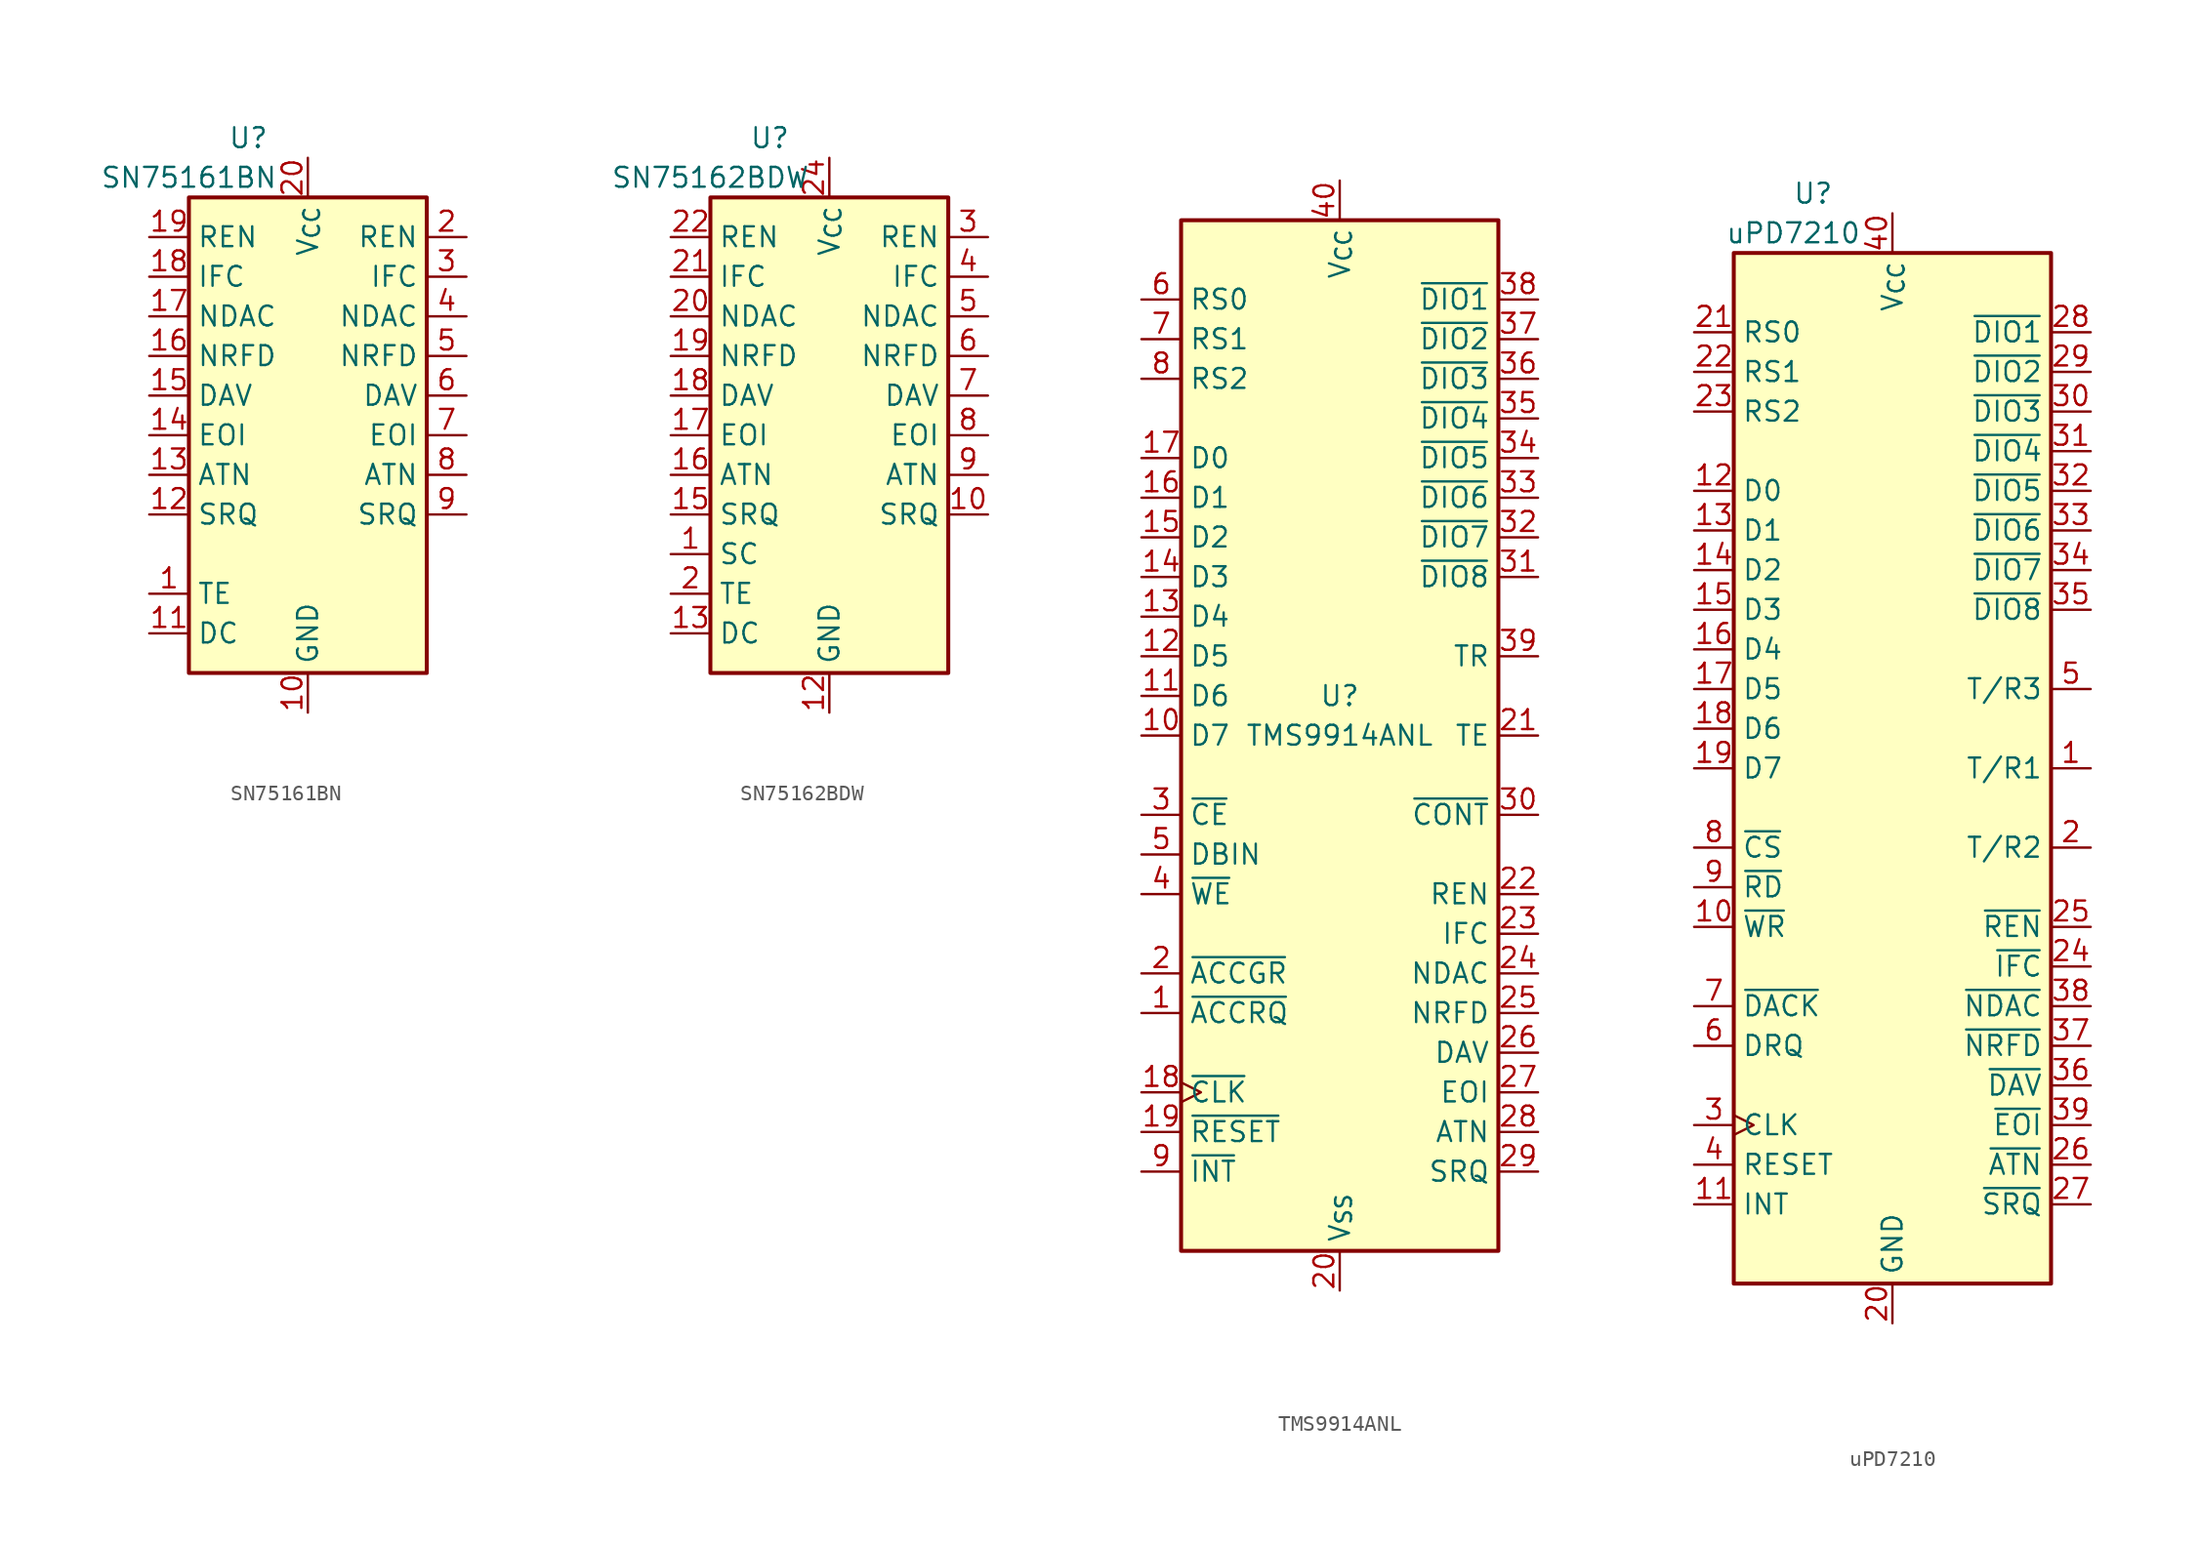
<source format=kicad_sym>
(kicad_symbol_lib
  (version 20231120)
  (generator "kicad_symbol_editor")
  (generator_version "8.0")
  (symbol "SN75161BN"
    (property "Reference" "U"
      (at -3.81 19.05 0)
      (effects (font (size 1.27 1.27))))
    (property "Value" "SN75161BN"
      (at -7.62 16.51 0)
      (effects (font (size 1.27 1.27))))
    (symbol "SN75161BN_0_1"
      (rectangle (start -7.62 15.24) (end 7.62 -15.24) (stroke (width 0.254) (type default)) (fill (type background))))
    (symbol "SN75161BN_1_1"
      (pin input line (at -10.16 -10.16 0) (length 2.54) (name "TE" (effects (font (size 1.27 1.27)))) (number "1" (effects (font (size 1.27 1.27)))))
      (pin power_in line (at 0 -17.78 90) (length 2.54) (name "GND" (effects (font (size 1.27 1.27)))) (number "10" (effects (font (size 1.27 1.27)))))
      (pin input line (at -10.16 -12.7 0) (length 2.54) (name "DC" (effects (font (size 1.27 1.27)))) (number "11" (effects (font (size 1.27 1.27)))))
      (pin bidirectional line (at -10.16 -5.08 0) (length 2.54) (name "SRQ" (effects (font (size 1.27 1.27)))) (number "12" (effects (font (size 1.27 1.27)))))
      (pin bidirectional line (at -10.16 -2.54 0) (length 2.54) (name "ATN" (effects (font (size 1.27 1.27)))) (number "13" (effects (font (size 1.27 1.27)))))
      (pin bidirectional line (at -10.16 0 0) (length 2.54) (name "EOI" (effects (font (size 1.27 1.27)))) (number "14" (effects (font (size 1.27 1.27)))))
      (pin bidirectional line (at -10.16 2.54 0) (length 2.54) (name "DAV" (effects (font (size 1.27 1.27)))) (number "15" (effects (font (size 1.27 1.27)))))
      (pin bidirectional line (at -10.16 5.08 0) (length 2.54) (name "NRFD" (effects (font (size 1.27 1.27)))) (number "16" (effects (font (size 1.27 1.27)))))
      (pin bidirectional line (at -10.16 7.62 0) (length 2.54) (name "NDAC" (effects (font (size 1.27 1.27)))) (number "17" (effects (font (size 1.27 1.27)))))
      (pin bidirectional line (at -10.16 10.16 0) (length 2.54) (name "IFC" (effects (font (size 1.27 1.27)))) (number "18" (effects (font (size 1.27 1.27)))))
      (pin bidirectional line (at -10.16 12.7 0) (length 2.54) (name "REN" (effects (font (size 1.27 1.27)))) (number "19" (effects (font (size 1.27 1.27)))))
      (pin bidirectional line (at 10.16 12.7 180) (length 2.54) (name "REN" (effects (font (size 1.27 1.27)))) (number "2" (effects (font (size 1.27 1.27)))))
      (pin power_in line (at 0 17.78 270) (length 2.54) (name "V_{CC}" (effects (font (size 1.27 1.27)))) (number "20" (effects (font (size 1.27 1.27)))))
      (pin bidirectional line (at 10.16 10.16 180) (length 2.54) (name "IFC" (effects (font (size 1.27 1.27)))) (number "3" (effects (font (size 1.27 1.27)))))
      (pin bidirectional line (at 10.16 7.62 180) (length 2.54) (name "NDAC" (effects (font (size 1.27 1.27)))) (number "4" (effects (font (size 1.27 1.27)))))
      (pin bidirectional line (at 10.16 5.08 180) (length 2.54) (name "NRFD" (effects (font (size 1.27 1.27)))) (number "5" (effects (font (size 1.27 1.27)))))
      (pin bidirectional line (at 10.16 2.54 180) (length 2.54) (name "DAV" (effects (font (size 1.27 1.27)))) (number "6" (effects (font (size 1.27 1.27)))))
      (pin bidirectional line (at 10.16 0 180) (length 2.54) (name "EOI" (effects (font (size 1.27 1.27)))) (number "7" (effects (font (size 1.27 1.27)))))
      (pin bidirectional line (at 10.16 -2.54 180) (length 2.54) (name "ATN" (effects (font (size 1.27 1.27)))) (number "8" (effects (font (size 1.27 1.27)))))
      (pin bidirectional line (at 10.16 -5.08 180) (length 2.54) (name "SRQ" (effects (font (size 1.27 1.27)))) (number "9" (effects (font (size 1.27 1.27)))))))
  (symbol "SN75162BDW"
    (property "Reference" "U"
      (at -3.81 19.05 0)
      (effects (font (size 1.27 1.27))))
    (property "Value" "SN75162BDW"
      (at -7.62 16.51 0)
      (effects (font (size 1.27 1.27))))
    (symbol "SN75162BDW_0_1"
      (rectangle (start -7.62 15.24) (end 7.62 -15.24) (stroke (width 0.254) (type default)) (fill (type background))))
    (symbol "SN75162BDW_1_1"
      (pin input line (at -10.16 -7.62 0) (length 2.54) (name "SC" (effects (font (size 1.27 1.27)))) (number "1" (effects (font (size 1.27 1.27)))))
      (pin bidirectional line (at 10.16 -5.08 180) (length 2.54) (name "SRQ" (effects (font (size 1.27 1.27)))) (number "10" (effects (font (size 1.27 1.27)))))
      (pin no_connect line (at 10.16 -7.62 180) (length 2.54) hide (name "NC" (effects (font (size 1.27 1.27)))) (number "11" (effects (font (size 1.27 1.27)))))
      (pin power_in line (at 0 -17.78 90) (length 2.54) (name "GND" (effects (font (size 1.27 1.27)))) (number "12" (effects (font (size 1.27 1.27)))))
      (pin input line (at -10.16 -12.7 0) (length 2.54) (name "DC" (effects (font (size 1.27 1.27)))) (number "13" (effects (font (size 1.27 1.27)))))
      (pin no_connect line (at 10.16 -10.16 180) (length 2.54) hide (name "NC" (effects (font (size 1.27 1.27)))) (number "14" (effects (font (size 1.27 1.27)))))
      (pin bidirectional line (at -10.16 -5.08 0) (length 2.54) (name "SRQ" (effects (font (size 1.27 1.27)))) (number "15" (effects (font (size 1.27 1.27)))))
      (pin bidirectional line (at -10.16 -2.54 0) (length 2.54) (name "ATN" (effects (font (size 1.27 1.27)))) (number "16" (effects (font (size 1.27 1.27)))))
      (pin bidirectional line (at -10.16 0 0) (length 2.54) (name "EOI" (effects (font (size 1.27 1.27)))) (number "17" (effects (font (size 1.27 1.27)))))
      (pin bidirectional line (at -10.16 2.54 0) (length 2.54) (name "DAV" (effects (font (size 1.27 1.27)))) (number "18" (effects (font (size 1.27 1.27)))))
      (pin bidirectional line (at -10.16 5.08 0) (length 2.54) (name "NRFD" (effects (font (size 1.27 1.27)))) (number "19" (effects (font (size 1.27 1.27)))))
      (pin input line (at -10.16 -10.16 0) (length 2.54) (name "TE" (effects (font (size 1.27 1.27)))) (number "2" (effects (font (size 1.27 1.27)))))
      (pin bidirectional line (at -10.16 7.62 0) (length 2.54) (name "NDAC" (effects (font (size 1.27 1.27)))) (number "20" (effects (font (size 1.27 1.27)))))
      (pin bidirectional line (at -10.16 10.16 0) (length 2.54) (name "IFC" (effects (font (size 1.27 1.27)))) (number "21" (effects (font (size 1.27 1.27)))))
      (pin bidirectional line (at -10.16 12.7 0) (length 2.54) (name "REN" (effects (font (size 1.27 1.27)))) (number "22" (effects (font (size 1.27 1.27)))))
      (pin no_connect line (at 10.16 -12.7 180) (length 2.54) hide (name "NC" (effects (font (size 1.27 1.27)))) (number "23" (effects (font (size 1.27 1.27)))))
      (pin power_in line (at 0 17.78 270) (length 2.54) (name "V_{CC}" (effects (font (size 1.27 1.27)))) (number "24" (effects (font (size 1.27 1.27)))))
      (pin bidirectional line (at 10.16 12.7 180) (length 2.54) (name "REN" (effects (font (size 1.27 1.27)))) (number "3" (effects (font (size 1.27 1.27)))))
      (pin bidirectional line (at 10.16 10.16 180) (length 2.54) (name "IFC" (effects (font (size 1.27 1.27)))) (number "4" (effects (font (size 1.27 1.27)))))
      (pin bidirectional line (at 10.16 7.62 180) (length 2.54) (name "NDAC" (effects (font (size 1.27 1.27)))) (number "5" (effects (font (size 1.27 1.27)))))
      (pin bidirectional line (at 10.16 5.08 180) (length 2.54) (name "NRFD" (effects (font (size 1.27 1.27)))) (number "6" (effects (font (size 1.27 1.27)))))
      (pin bidirectional line (at 10.16 2.54 180) (length 2.54) (name "DAV" (effects (font (size 1.27 1.27)))) (number "7" (effects (font (size 1.27 1.27)))))
      (pin bidirectional line (at 10.16 0 180) (length 2.54) (name "EOI" (effects (font (size 1.27 1.27)))) (number "8" (effects (font (size 1.27 1.27)))))
      (pin bidirectional line (at 10.16 -2.54 180) (length 2.54) (name "ATN" (effects (font (size 1.27 1.27)))) (number "9" (effects (font (size 1.27 1.27)))))))
  (symbol "TMS9914ANL"
    (property "Reference" "U"
      (at 0 2.54 0)
      (effects (font (size 1.27 1.27))))
    (property "Value" "TMS9914ANL"
      (at 0 0 0)
      (effects (font (size 1.27 1.27))))
    (symbol "TMS9914ANL_0_1"
      (rectangle (start -10.16 33.02) (end 10.16 -33.02) (stroke (width 0.254) (type default)) (fill (type background))))
    (symbol "TMS9914ANL_1_1"
      (pin output line (at -12.7 -17.78 0) (length 2.54) (name "~{ACCRQ}" (effects (font (size 1.27 1.27)))) (number "1" (effects (font (size 1.27 1.27)))))
      (pin bidirectional line (at -12.7 0 0) (length 2.54) (name "D7" (effects (font (size 1.27 1.27)))) (number "10" (effects (font (size 1.27 1.27)))))
      (pin bidirectional line (at -12.7 2.54 0) (length 2.54) (name "D6" (effects (font (size 1.27 1.27)))) (number "11" (effects (font (size 1.27 1.27)))))
      (pin bidirectional line (at -12.7 5.08 0) (length 2.54) (name "D5" (effects (font (size 1.27 1.27)))) (number "12" (effects (font (size 1.27 1.27)))))
      (pin bidirectional line (at -12.7 7.62 0) (length 2.54) (name "D4" (effects (font (size 1.27 1.27)))) (number "13" (effects (font (size 1.27 1.27)))))
      (pin bidirectional line (at -12.7 10.16 0) (length 2.54) (name "D3" (effects (font (size 1.27 1.27)))) (number "14" (effects (font (size 1.27 1.27)))))
      (pin bidirectional line (at -12.7 12.7 0) (length 2.54) (name "D2" (effects (font (size 1.27 1.27)))) (number "15" (effects (font (size 1.27 1.27)))))
      (pin bidirectional line (at -12.7 15.24 0) (length 2.54) (name "D1" (effects (font (size 1.27 1.27)))) (number "16" (effects (font (size 1.27 1.27)))))
      (pin bidirectional line (at -12.7 17.78 0) (length 2.54) (name "D0" (effects (font (size 1.27 1.27)))) (number "17" (effects (font (size 1.27 1.27)))))
      (pin input clock (at -12.7 -22.86 0) (length 2.54) (name "~{CLK}" (effects (font (size 1.27 1.27)))) (number "18" (effects (font (size 1.27 1.27)))))
      (pin input line (at -12.7 -25.4 0) (length 2.54) (name "~{RESET}" (effects (font (size 1.27 1.27)))) (number "19" (effects (font (size 1.27 1.27)))))
      (pin input line (at -12.7 -15.24 0) (length 2.54) (name "~{ACCGR}" (effects (font (size 1.27 1.27)))) (number "2" (effects (font (size 1.27 1.27)))))
      (pin power_in line (at 0 -35.56 90) (length 2.54) (name "V_{SS}" (effects (font (size 1.27 1.27)))) (number "20" (effects (font (size 1.27 1.27)))))
      (pin output line (at 12.7 0 180) (length 2.54) (name "TE" (effects (font (size 1.27 1.27)))) (number "21" (effects (font (size 1.27 1.27)))))
      (pin bidirectional line (at 12.7 -10.16 180) (length 2.54) (name "REN" (effects (font (size 1.27 1.27)))) (number "22" (effects (font (size 1.27 1.27)))))
      (pin bidirectional line (at 12.7 -12.7 180) (length 2.54) (name "IFC" (effects (font (size 1.27 1.27)))) (number "23" (effects (font (size 1.27 1.27)))))
      (pin bidirectional line (at 12.7 -15.24 180) (length 2.54) (name "NDAC" (effects (font (size 1.27 1.27)))) (number "24" (effects (font (size 1.27 1.27)))))
      (pin bidirectional line (at 12.7 -17.78 180) (length 2.54) (name "NRFD" (effects (font (size 1.27 1.27)))) (number "25" (effects (font (size 1.27 1.27)))))
      (pin bidirectional line (at 12.7 -20.32 180) (length 2.54) (name "DAV" (effects (font (size 1.27 1.27)))) (number "26" (effects (font (size 1.27 1.27)))))
      (pin bidirectional line (at 12.7 -22.86 180) (length 2.54) (name "EOI" (effects (font (size 1.27 1.27)))) (number "27" (effects (font (size 1.27 1.27)))))
      (pin bidirectional line (at 12.7 -25.4 180) (length 2.54) (name "ATN" (effects (font (size 1.27 1.27)))) (number "28" (effects (font (size 1.27 1.27)))))
      (pin bidirectional line (at 12.7 -27.94 180) (length 2.54) (name "SRQ" (effects (font (size 1.27 1.27)))) (number "29" (effects (font (size 1.27 1.27)))))
      (pin input line (at -12.7 -5.08 0) (length 2.54) (name "~{CE}" (effects (font (size 1.27 1.27)))) (number "3" (effects (font (size 1.27 1.27)))))
      (pin output line (at 12.7 -5.08 180) (length 2.54) (name "~{CONT}" (effects (font (size 1.27 1.27)))) (number "30" (effects (font (size 1.27 1.27)))))
      (pin bidirectional line (at 12.7 10.16 180) (length 2.54) (name "~{DIO8}" (effects (font (size 1.27 1.27)))) (number "31" (effects (font (size 1.27 1.27)))))
      (pin bidirectional line (at 12.7 12.7 180) (length 2.54) (name "~{DIO7}" (effects (font (size 1.27 1.27)))) (number "32" (effects (font (size 1.27 1.27)))))
      (pin bidirectional line (at 12.7 15.24 180) (length 2.54) (name "~{DIO6}" (effects (font (size 1.27 1.27)))) (number "33" (effects (font (size 1.27 1.27)))))
      (pin bidirectional line (at 12.7 17.78 180) (length 2.54) (name "~{DIO5}" (effects (font (size 1.27 1.27)))) (number "34" (effects (font (size 1.27 1.27)))))
      (pin bidirectional line (at 12.7 20.32 180) (length 2.54) (name "~{DIO4}" (effects (font (size 1.27 1.27)))) (number "35" (effects (font (size 1.27 1.27)))))
      (pin bidirectional line (at 12.7 22.86 180) (length 2.54) (name "~{DIO3}" (effects (font (size 1.27 1.27)))) (number "36" (effects (font (size 1.27 1.27)))))
      (pin bidirectional line (at 12.7 25.4 180) (length 2.54) (name "~{DIO2}" (effects (font (size 1.27 1.27)))) (number "37" (effects (font (size 1.27 1.27)))))
      (pin bidirectional line (at 12.7 27.94 180) (length 2.54) (name "~{DIO1}" (effects (font (size 1.27 1.27)))) (number "38" (effects (font (size 1.27 1.27)))))
      (pin output line (at 12.7 5.08 180) (length 2.54) (name "TR" (effects (font (size 1.27 1.27)))) (number "39" (effects (font (size 1.27 1.27)))))
      (pin input line (at -12.7 -10.16 0) (length 2.54) (name "~{WE}" (effects (font (size 1.27 1.27)))) (number "4" (effects (font (size 1.27 1.27)))))
      (pin power_in line (at 0 35.56 270) (length 2.54) (name "V_{CC}" (effects (font (size 1.27 1.27)))) (number "40" (effects (font (size 1.27 1.27)))))
      (pin input line (at -12.7 -7.62 0) (length 2.54) (name "DBIN" (effects (font (size 1.27 1.27)))) (number "5" (effects (font (size 1.27 1.27)))))
      (pin input line (at -12.7 27.94 0) (length 2.54) (name "RS0" (effects (font (size 1.27 1.27)))) (number "6" (effects (font (size 1.27 1.27)))))
      (pin input line (at -12.7 25.4 0) (length 2.54) (name "RS1" (effects (font (size 1.27 1.27)))) (number "7" (effects (font (size 1.27 1.27)))))
      (pin input line (at -12.7 22.86 0) (length 2.54) (name "RS2" (effects (font (size 1.27 1.27)))) (number "8" (effects (font (size 1.27 1.27)))))
      (pin output line (at -12.7 -27.94 0) (length 2.54) (name "~{INT}" (effects (font (size 1.27 1.27)))) (number "9" (effects (font (size 1.27 1.27)))))))
  (symbol "uPD7210"
    (property "Reference" "U"
      (at -5.08 36.83 0)
      (effects (font (size 1.27 1.27))))
    (property "Value" "uPD7210"
      (at -6.35 34.29 0)
      (effects (font (size 1.27 1.27))))
    (symbol "uPD7210_0_1"
      (rectangle (start -10.16 33.02) (end 10.16 -33.02) (stroke (width 0.254) (type default)) (fill (type background))))
    (symbol "uPD7210_1_1"
      (pin output line (at 12.7 0 180) (length 2.54) (name "T/R1" (effects (font (size 1.27 1.27)))) (number "1" (effects (font (size 1.27 1.27)))))
      (pin input line (at -12.7 -10.16 0) (length 2.54) (name "~{WR}" (effects (font (size 1.27 1.27)))) (number "10" (effects (font (size 1.27 1.27)))))
      (pin output line (at -12.7 -27.94 0) (length 2.54) (name "INT" (effects (font (size 1.27 1.27)))) (number "11" (effects (font (size 1.27 1.27)))))
      (pin bidirectional line (at -12.7 17.78 0) (length 2.54) (name "D0" (effects (font (size 1.27 1.27)))) (number "12" (effects (font (size 1.27 1.27)))))
      (pin bidirectional line (at -12.7 15.24 0) (length 2.54) (name "D1" (effects (font (size 1.27 1.27)))) (number "13" (effects (font (size 1.27 1.27)))))
      (pin bidirectional line (at -12.7 12.7 0) (length 2.54) (name "D2" (effects (font (size 1.27 1.27)))) (number "14" (effects (font (size 1.27 1.27)))))
      (pin bidirectional line (at -12.7 10.16 0) (length 2.54) (name "D3" (effects (font (size 1.27 1.27)))) (number "15" (effects (font (size 1.27 1.27)))))
      (pin bidirectional line (at -12.7 7.62 0) (length 2.54) (name "D4" (effects (font (size 1.27 1.27)))) (number "16" (effects (font (size 1.27 1.27)))))
      (pin bidirectional line (at -12.7 5.08 0) (length 2.54) (name "D5" (effects (font (size 1.27 1.27)))) (number "17" (effects (font (size 1.27 1.27)))))
      (pin bidirectional line (at -12.7 2.54 0) (length 2.54) (name "D6" (effects (font (size 1.27 1.27)))) (number "18" (effects (font (size 1.27 1.27)))))
      (pin bidirectional line (at -12.7 0 0) (length 2.54) (name "D7" (effects (font (size 1.27 1.27)))) (number "19" (effects (font (size 1.27 1.27)))))
      (pin output line (at 12.7 -5.08 180) (length 2.54) (name "T/R2" (effects (font (size 1.27 1.27)))) (number "2" (effects (font (size 1.27 1.27)))))
      (pin power_in line (at 0 -35.56 90) (length 2.54) (name "GND" (effects (font (size 1.27 1.27)))) (number "20" (effects (font (size 1.27 1.27)))))
      (pin input line (at -12.7 27.94 0) (length 2.54) (name "RS0" (effects (font (size 1.27 1.27)))) (number "21" (effects (font (size 1.27 1.27)))))
      (pin input line (at -12.7 25.4 0) (length 2.54) (name "RS1" (effects (font (size 1.27 1.27)))) (number "22" (effects (font (size 1.27 1.27)))))
      (pin input line (at -12.7 22.86 0) (length 2.54) (name "RS2" (effects (font (size 1.27 1.27)))) (number "23" (effects (font (size 1.27 1.27)))))
      (pin bidirectional line (at 12.7 -12.7 180) (length 2.54) (name "~{IFC}" (effects (font (size 1.27 1.27)))) (number "24" (effects (font (size 1.27 1.27)))))
      (pin bidirectional line (at 12.7 -10.16 180) (length 2.54) (name "~{REN}" (effects (font (size 1.27 1.27)))) (number "25" (effects (font (size 1.27 1.27)))))
      (pin bidirectional line (at 12.7 -25.4 180) (length 2.54) (name "~{ATN}" (effects (font (size 1.27 1.27)))) (number "26" (effects (font (size 1.27 1.27)))))
      (pin bidirectional line (at 12.7 -27.94 180) (length 2.54) (name "~{SRQ}" (effects (font (size 1.27 1.27)))) (number "27" (effects (font (size 1.27 1.27)))))
      (pin bidirectional line (at 12.7 27.94 180) (length 2.54) (name "~{DIO1}" (effects (font (size 1.27 1.27)))) (number "28" (effects (font (size 1.27 1.27)))))
      (pin bidirectional line (at 12.7 25.4 180) (length 2.54) (name "~{DIO2}" (effects (font (size 1.27 1.27)))) (number "29" (effects (font (size 1.27 1.27)))))
      (pin input clock (at -12.7 -22.86 0) (length 2.54) (name "CLK" (effects (font (size 1.27 1.27)))) (number "3" (effects (font (size 1.27 1.27)))))
      (pin bidirectional line (at 12.7 22.86 180) (length 2.54) (name "~{DIO3}" (effects (font (size 1.27 1.27)))) (number "30" (effects (font (size 1.27 1.27)))))
      (pin bidirectional line (at 12.7 20.32 180) (length 2.54) (name "~{DIO4}" (effects (font (size 1.27 1.27)))) (number "31" (effects (font (size 1.27 1.27)))))
      (pin bidirectional line (at 12.7 17.78 180) (length 2.54) (name "~{DIO5}" (effects (font (size 1.27 1.27)))) (number "32" (effects (font (size 1.27 1.27)))))
      (pin bidirectional line (at 12.7 15.24 180) (length 2.54) (name "~{DIO6}" (effects (font (size 1.27 1.27)))) (number "33" (effects (font (size 1.27 1.27)))))
      (pin bidirectional line (at 12.7 12.7 180) (length 2.54) (name "~{DIO7}" (effects (font (size 1.27 1.27)))) (number "34" (effects (font (size 1.27 1.27)))))
      (pin bidirectional line (at 12.7 10.16 180) (length 2.54) (name "~{DIO8}" (effects (font (size 1.27 1.27)))) (number "35" (effects (font (size 1.27 1.27)))))
      (pin bidirectional line (at 12.7 -20.32 180) (length 2.54) (name "~{DAV}" (effects (font (size 1.27 1.27)))) (number "36" (effects (font (size 1.27 1.27)))))
      (pin bidirectional line (at 12.7 -17.78 180) (length 2.54) (name "~{NRFD}" (effects (font (size 1.27 1.27)))) (number "37" (effects (font (size 1.27 1.27)))))
      (pin bidirectional line (at 12.7 -15.24 180) (length 2.54) (name "~{NDAC}" (effects (font (size 1.27 1.27)))) (number "38" (effects (font (size 1.27 1.27)))))
      (pin bidirectional line (at 12.7 -22.86 180) (length 2.54) (name "~{EOI}" (effects (font (size 1.27 1.27)))) (number "39" (effects (font (size 1.27 1.27)))))
      (pin input line (at -12.7 -25.4 0) (length 2.54) (name "RESET" (effects (font (size 1.27 1.27)))) (number "4" (effects (font (size 1.27 1.27)))))
      (pin power_in line (at 0 35.56 270) (length 2.54) (name "V_{CC}" (effects (font (size 1.27 1.27)))) (number "40" (effects (font (size 1.27 1.27)))))
      (pin output line (at 12.7 5.08 180) (length 2.54) (name "T/R3" (effects (font (size 1.27 1.27)))) (number "5" (effects (font (size 1.27 1.27)))))
      (pin output line (at -12.7 -17.78 0) (length 2.54) (name "DRQ" (effects (font (size 1.27 1.27)))) (number "6" (effects (font (size 1.27 1.27)))))
      (pin input line (at -12.7 -15.24 0) (length 2.54) (name "~{DACK}" (effects (font (size 1.27 1.27)))) (number "7" (effects (font (size 1.27 1.27)))))
      (pin input line (at -12.7 -5.08 0) (length 2.54) (name "~{CS}" (effects (font (size 1.27 1.27)))) (number "8" (effects (font (size 1.27 1.27)))))
      (pin input line (at -12.7 -7.62 0) (length 2.54) (name "~{RD}" (effects (font (size 1.27 1.27)))) (number "9" (effects (font (size 1.27 1.27))))))))
</source>
